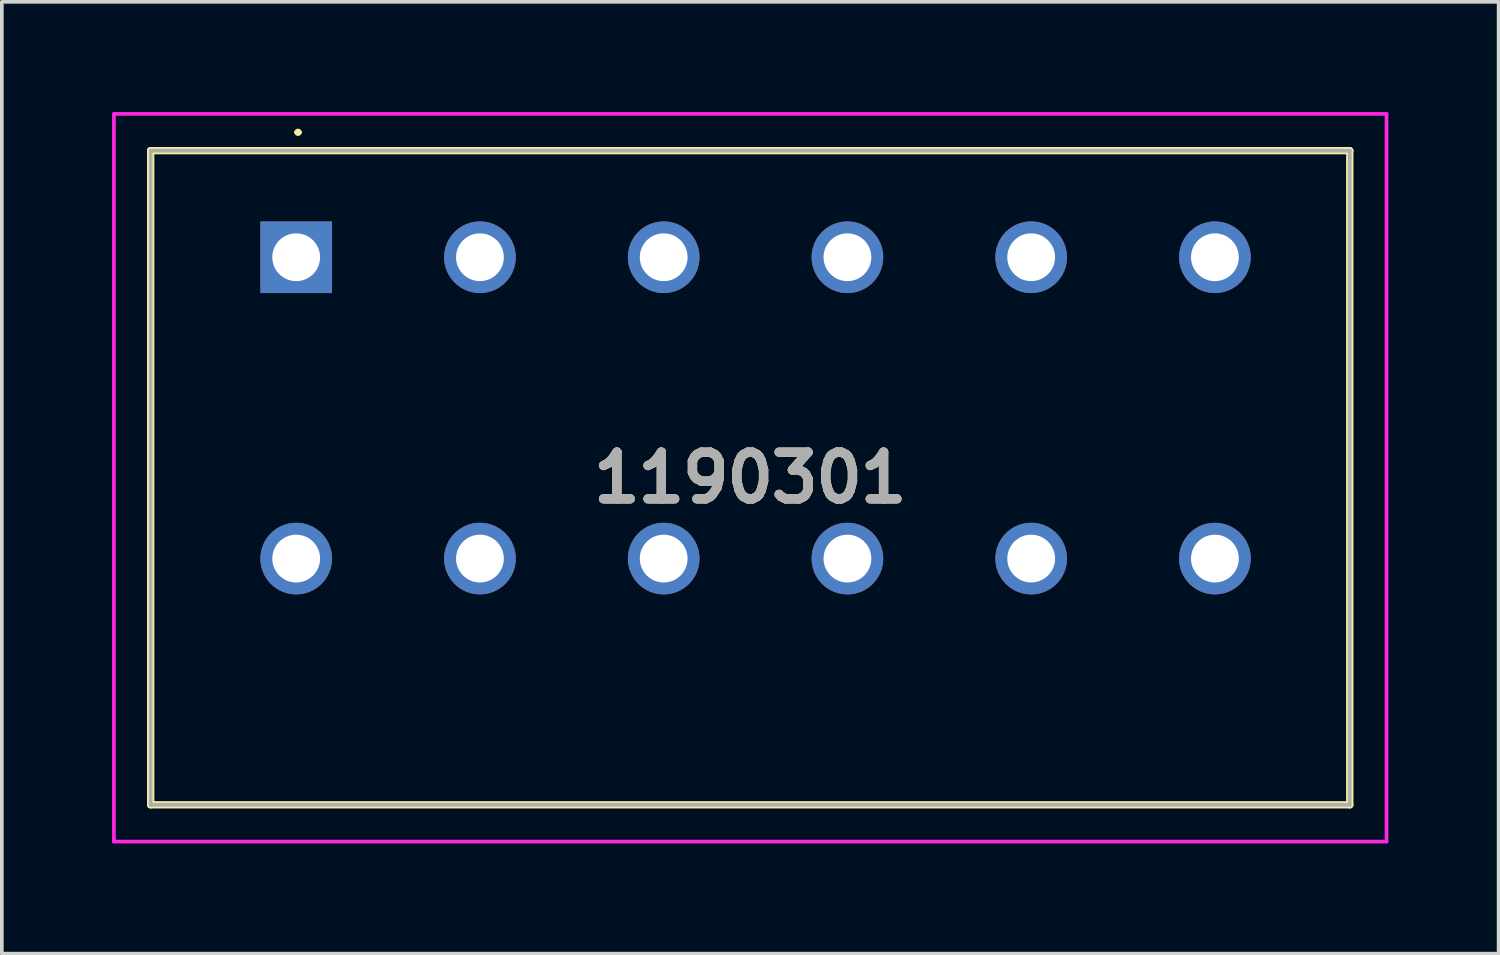
<source format=kicad_pcb>
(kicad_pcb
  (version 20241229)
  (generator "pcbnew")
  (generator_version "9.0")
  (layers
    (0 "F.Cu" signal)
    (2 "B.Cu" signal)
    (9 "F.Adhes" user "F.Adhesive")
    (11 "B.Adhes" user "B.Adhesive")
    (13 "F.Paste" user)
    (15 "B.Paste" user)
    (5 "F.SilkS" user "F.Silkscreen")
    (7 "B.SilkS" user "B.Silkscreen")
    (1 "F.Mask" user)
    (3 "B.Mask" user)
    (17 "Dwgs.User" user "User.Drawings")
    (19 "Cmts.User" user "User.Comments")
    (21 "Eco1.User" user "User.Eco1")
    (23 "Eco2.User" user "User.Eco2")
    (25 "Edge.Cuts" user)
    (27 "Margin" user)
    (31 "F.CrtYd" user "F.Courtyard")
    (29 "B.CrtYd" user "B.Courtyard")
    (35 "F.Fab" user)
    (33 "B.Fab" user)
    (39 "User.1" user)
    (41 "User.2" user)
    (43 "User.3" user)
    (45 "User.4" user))
  (footprint "1190301"
    (layer "F.Cu")
    (at 5.01 3.95)
    (property "Reference" "1190301" (at 12.355 6 0) (layer "F.SilkS") (effects (font (size 1.27 1.27) (thickness 0.254))))
    (attr through_hole)
    (fp_line (start -3.96 -2.9) (end 28.67 -2.9) (stroke (width 0.2) (type solid)) (layer "F.SilkS"))
    (fp_line (start -3.96 14.9) (end -3.96 -2.9) (stroke (width 0.2) (type solid)) (layer "F.SilkS"))
    (fp_line (start 0 -3.4) (end 0 -3.4) (stroke (width 0.1) (type solid)) (layer "F.SilkS"))
    (fp_line (start 0.1 -3.4) (end 0.1 -3.4) (stroke (width 0.1) (type solid)) (layer "F.SilkS"))
    (fp_line (start 28.67 -2.9) (end 28.67 14.9) (stroke (width 0.2) (type solid)) (layer "F.SilkS"))
    (fp_line (start 28.67 14.9) (end -3.96 14.9) (stroke (width 0.2) (type solid)) (layer "F.SilkS"))
    (fp_arc (start 0 -3.4) (mid 0.05 -3.45) (end 0.1 -3.4) (stroke (width 0.1) (type solid)) (layer "F.SilkS"))
    (fp_arc (start 0.1 -3.4) (mid 0.05 -3.35) (end 0 -3.4) (stroke (width 0.1) (type solid)) (layer "F.SilkS"))
    (fp_line (start -4.96 -3.9) (end 29.67 -3.9) (stroke (width 0.1) (type solid)) (layer "F.CrtYd"))
    (fp_line (start -4.96 15.9) (end -4.96 -3.9) (stroke (width 0.1) (type solid)) (layer "F.CrtYd"))
    (fp_line (start 29.67 -3.9) (end 29.67 15.9) (stroke (width 0.1) (type solid)) (layer "F.CrtYd"))
    (fp_line (start 29.67 15.9) (end -4.96 15.9) (stroke (width 0.1) (type solid)) (layer "F.CrtYd"))
    (fp_line (start -3.96 -2.9) (end 28.67 -2.9) (stroke (width 0.1) (type solid)) (layer "F.Fab"))
    (fp_line (start -3.96 14.9) (end -3.96 -2.9) (stroke (width 0.1) (type solid)) (layer "F.Fab"))
    (fp_line (start 28.67 -2.9) (end 28.67 14.9) (stroke (width 0.1) (type solid)) (layer "F.Fab"))
    (fp_line (start 28.67 14.9) (end -3.96 14.9) (stroke (width 0.1) (type solid)) (layer "F.Fab"))
    (fp_text user "${REFERENCE}" (at 12.355 6 0) (layer "F.Fab") (effects (font (size 1.27 1.27) (thickness 0.254))))
    (pad "1" thru_hole rect (at 0 0) (size 1.95 1.95) (drill 1.3) (layers "*.Cu" "*.Mask"))
    (pad "2" thru_hole circle (at 0 8.2) (size 1.95 1.95) (drill 1.3) (layers "*.Cu" "*.Mask"))
    (pad "3" thru_hole circle (at 5 0) (size 1.95 1.95) (drill 1.3) (layers "*.Cu" "*.Mask"))
    (pad "4" thru_hole circle (at 5 8.2) (size 1.95 1.95) (drill 1.3) (layers "*.Cu" "*.Mask"))
    (pad "5" thru_hole circle (at 10 0) (size 1.95 1.95) (drill 1.3) (layers "*.Cu" "*.Mask"))
    (pad "6" thru_hole circle (at 10 8.2) (size 1.95 1.95) (drill 1.3) (layers "*.Cu" "*.Mask"))
    (pad "7" thru_hole circle (at 15 0) (size 1.95 1.95) (drill 1.3) (layers "*.Cu" "*.Mask"))
    (pad "8" thru_hole circle (at 15 8.2) (size 1.95 1.95) (drill 1.3) (layers "*.Cu" "*.Mask"))
    (pad "9" thru_hole circle (at 20 0) (size 1.95 1.95) (drill 1.3) (layers "*.Cu" "*.Mask"))
    (pad "10" thru_hole circle (at 20 8.2) (size 1.95 1.95) (drill 1.3) (layers "*.Cu" "*.Mask"))
    (pad "11" thru_hole circle (at 25 0) (size 1.95 1.95) (drill 1.3) (layers "*.Cu" "*.Mask"))
    (pad "12" thru_hole circle (at 25 8.2) (size 1.95 1.95) (drill 1.3) (layers "*.Cu" "*.Mask")))
  (gr_rect
    (start -3 -3)
    (end 37.73 22.9)
    (stroke (width 0.1) (type default))
    (fill no)
    (layer "Edge.Cuts")))
</source>
